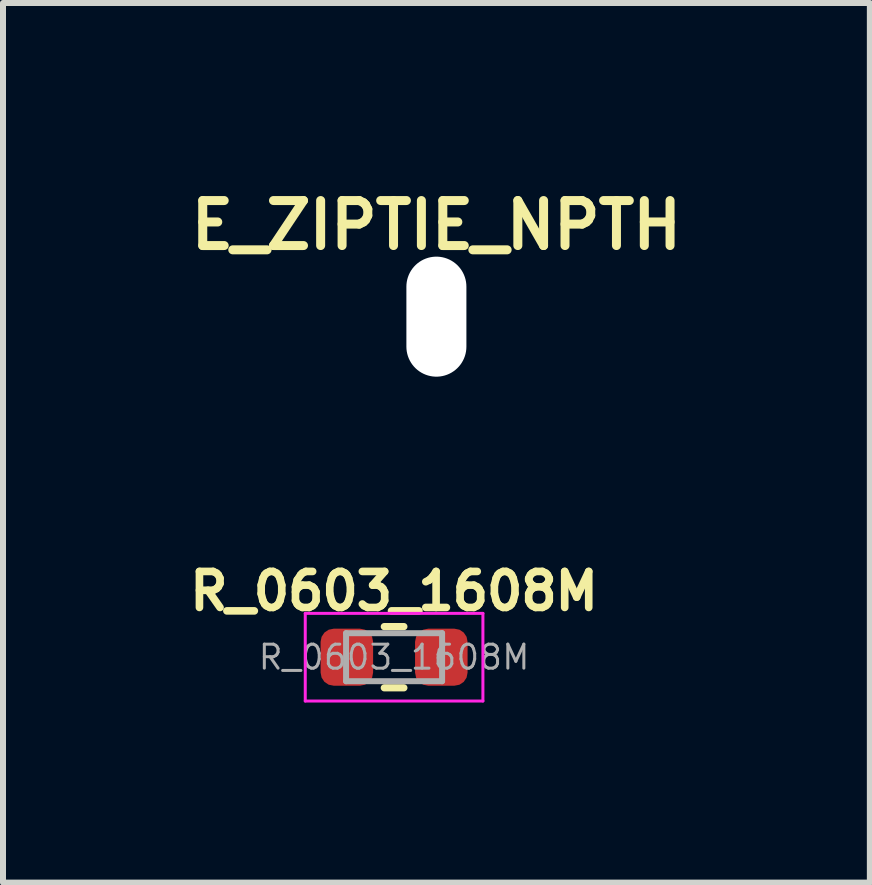
<source format=kicad_pcb>
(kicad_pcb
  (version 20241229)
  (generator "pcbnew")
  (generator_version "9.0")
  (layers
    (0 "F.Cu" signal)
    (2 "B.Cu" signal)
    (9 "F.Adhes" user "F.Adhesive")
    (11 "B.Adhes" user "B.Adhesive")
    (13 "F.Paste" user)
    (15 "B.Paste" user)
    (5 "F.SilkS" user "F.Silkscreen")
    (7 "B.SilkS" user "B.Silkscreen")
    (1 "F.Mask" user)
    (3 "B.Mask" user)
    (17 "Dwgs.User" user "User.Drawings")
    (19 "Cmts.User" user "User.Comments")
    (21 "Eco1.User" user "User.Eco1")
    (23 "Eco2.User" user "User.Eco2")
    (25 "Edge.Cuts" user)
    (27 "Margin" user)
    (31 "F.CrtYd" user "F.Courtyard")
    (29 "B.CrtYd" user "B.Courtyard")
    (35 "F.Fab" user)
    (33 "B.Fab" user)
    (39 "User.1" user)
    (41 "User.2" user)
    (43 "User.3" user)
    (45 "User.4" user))
  (footprint "R_0603_1608M"
    (layer "F.Cu")
    (at 3.516 7.9)
    (property "Reference" "R_0603_1608M" (at 0 -1.1 0) (layer "F.SilkS") (effects (font (size 0.6 0.6) (thickness 0.127))))
    (attr smd)
    (fp_line (start -0.163 -0.51) (end 0.163 -0.51) (stroke (width 0.12) (type solid)) (layer "F.SilkS"))
    (fp_line (start -0.163 0.51) (end 0.163 0.51) (stroke (width 0.12) (type solid)) (layer "F.SilkS"))
    (fp_line (start -1.48 -0.73) (end 1.48 -0.73) (stroke (width 0.05) (type solid)) (layer "F.CrtYd"))
    (fp_line (start -1.48 0.73) (end -1.48 -0.73) (stroke (width 0.05) (type solid)) (layer "F.CrtYd"))
    (fp_line (start 1.48 -0.73) (end 1.48 0.73) (stroke (width 0.05) (type solid)) (layer "F.CrtYd"))
    (fp_line (start 1.48 0.73) (end -1.48 0.73) (stroke (width 0.05) (type solid)) (layer "F.CrtYd"))
    (fp_line (start -0.8 -0.4) (end 0.8 -0.4) (stroke (width 0.1) (type solid)) (layer "F.Fab"))
    (fp_line (start -0.8 0.4) (end -0.8 -0.4) (stroke (width 0.1) (type solid)) (layer "F.Fab"))
    (fp_line (start 0.8 -0.4) (end 0.8 0.4) (stroke (width 0.1) (type solid)) (layer "F.Fab"))
    (fp_line (start 0.8 0.4) (end -0.8 0.4) (stroke (width 0.1) (type solid)) (layer "F.Fab"))
    (fp_text user "${REFERENCE}" (at 0 0 0) (layer "F.Fab") (effects (font (size 0.4 0.4) (thickness 0.05))))
    (pad "1" smd roundrect (at -0.787 0) (size 0.875 0.95) (layers "F.Cu" "F.Mask" "F.Paste") (roundrect_rratio 0.25))
    (pad "2" smd roundrect (at 0.787 0) (size 0.875 0.95) (layers "F.Cu" "F.Mask" "F.Paste") (roundrect_rratio 0.25)))
  (footprint "E_ZIPTIE_NPTH"
    (layer "F.Cu")
    (at 4.221 2.226)
    (property "Reference" "E_ZIPTIE_NPTH" (at 0 -1.524 180) (layer "F.SilkS") (effects (font (size 0.75 0.75) (thickness 0.15))))
    (attr through_hole)
    (pad "" np_thru_hole oval (at 0 0) (size 1 2) (drill oval 1 2) (layers "*.Cu" "*.Mask")))
  (gr_rect
    (start -3 -3)
    (end 11.443 11.655)
    (stroke (width 0.1) (type default))
    (fill no)
    (layer "Edge.Cuts")))
</source>
